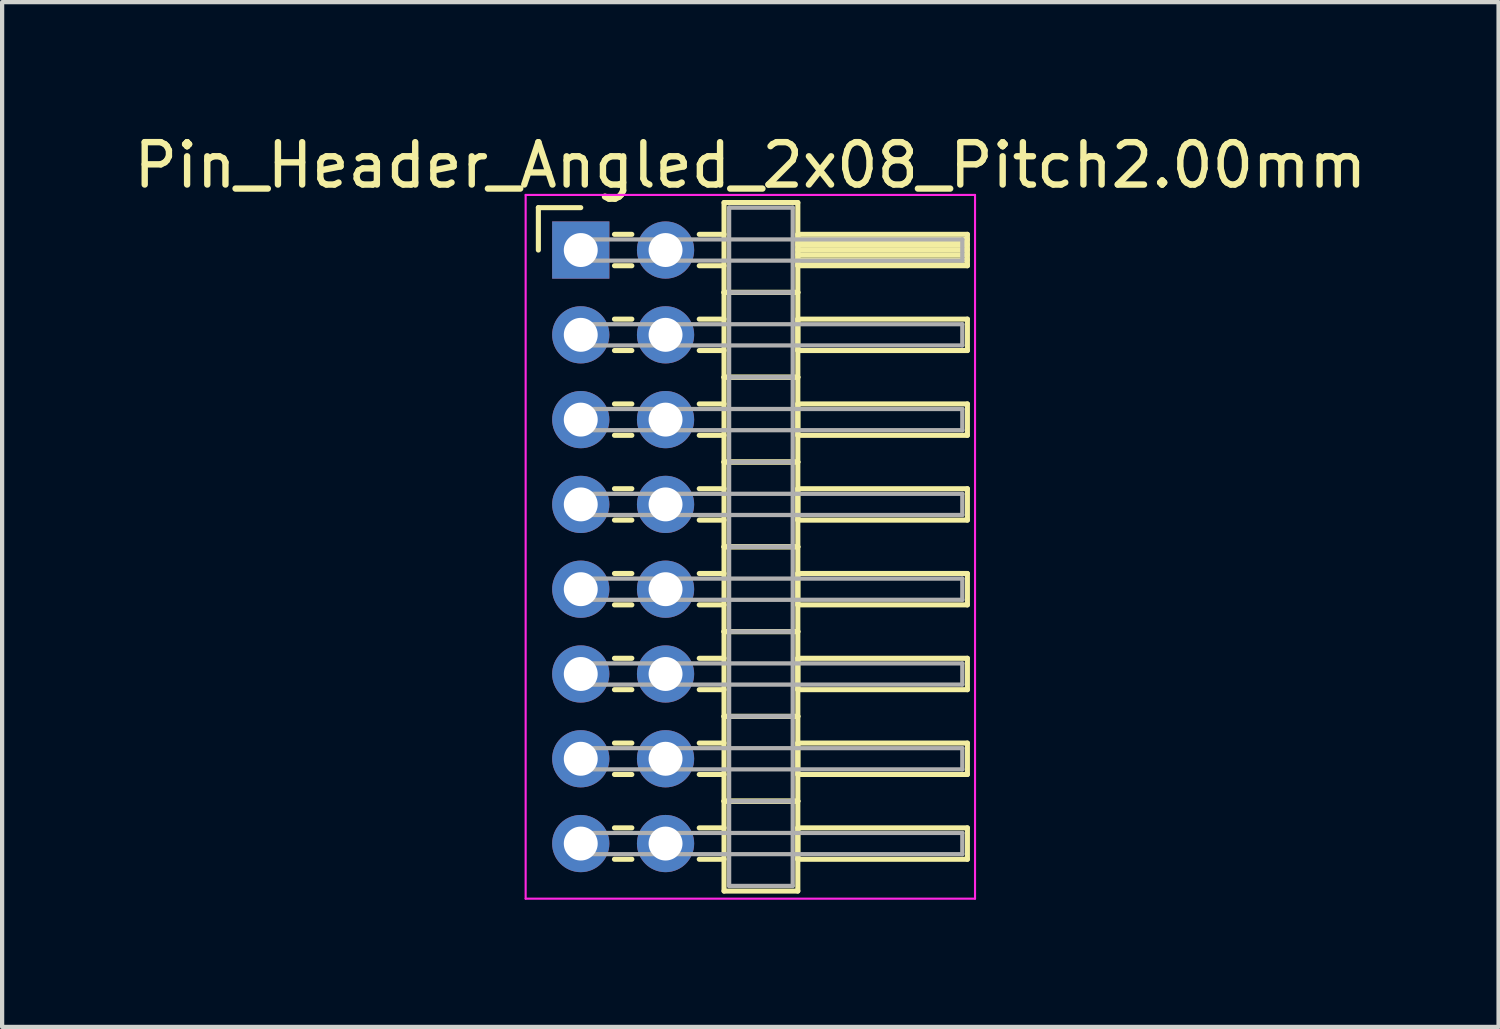
<source format=kicad_pcb>
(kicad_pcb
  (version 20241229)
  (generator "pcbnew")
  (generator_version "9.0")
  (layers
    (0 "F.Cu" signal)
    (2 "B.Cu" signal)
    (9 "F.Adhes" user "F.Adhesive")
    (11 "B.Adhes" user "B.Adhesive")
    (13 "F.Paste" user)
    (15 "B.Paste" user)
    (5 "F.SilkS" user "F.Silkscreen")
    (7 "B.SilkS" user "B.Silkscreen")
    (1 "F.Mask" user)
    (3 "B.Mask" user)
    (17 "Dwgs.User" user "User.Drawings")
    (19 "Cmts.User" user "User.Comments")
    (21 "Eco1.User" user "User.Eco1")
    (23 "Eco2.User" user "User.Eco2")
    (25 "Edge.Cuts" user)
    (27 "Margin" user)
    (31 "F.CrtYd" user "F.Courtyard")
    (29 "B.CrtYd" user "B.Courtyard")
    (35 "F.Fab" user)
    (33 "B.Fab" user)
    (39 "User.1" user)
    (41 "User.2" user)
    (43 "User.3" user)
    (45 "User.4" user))
  (footprint "Pin_Header_Angled_2x08_Pitch2.00mm"
    (layer "F.Cu")
    (at 10.649 2.848)
    (property "Reference" "Pin_Header_Angled_2x08_Pitch2.00mm" (at 4 -2 0) (layer "F.SilkS") (effects (font (size 1 1) (thickness 0.15))))
    (attr through_hole)
    (fp_line (start -1 -1) (end 0 -1) (stroke (width 0.12) (type solid)) (layer "F.SilkS"))
    (fp_line (start -1 0) (end -1 -1) (stroke (width 0.12) (type solid)) (layer "F.SilkS"))
    (fp_line (start 0.795 -0.37) (end 1.205 -0.37) (stroke (width 0.12) (type solid)) (layer "F.SilkS"))
    (fp_line (start 0.795 0.37) (end 1.205 0.37) (stroke (width 0.12) (type solid)) (layer "F.SilkS"))
    (fp_line (start 0.795 1.63) (end 1.205 1.63) (stroke (width 0.12) (type solid)) (layer "F.SilkS"))
    (fp_line (start 0.795 2.37) (end 1.205 2.37) (stroke (width 0.12) (type solid)) (layer "F.SilkS"))
    (fp_line (start 0.795 3.63) (end 1.205 3.63) (stroke (width 0.12) (type solid)) (layer "F.SilkS"))
    (fp_line (start 0.795 4.37) (end 1.205 4.37) (stroke (width 0.12) (type solid)) (layer "F.SilkS"))
    (fp_line (start 0.795 5.63) (end 1.205 5.63) (stroke (width 0.12) (type solid)) (layer "F.SilkS"))
    (fp_line (start 0.795 6.37) (end 1.205 6.37) (stroke (width 0.12) (type solid)) (layer "F.SilkS"))
    (fp_line (start 0.795 7.63) (end 1.205 7.63) (stroke (width 0.12) (type solid)) (layer "F.SilkS"))
    (fp_line (start 0.795 8.37) (end 1.205 8.37) (stroke (width 0.12) (type solid)) (layer "F.SilkS"))
    (fp_line (start 0.795 9.63) (end 1.205 9.63) (stroke (width 0.12) (type solid)) (layer "F.SilkS"))
    (fp_line (start 0.795 10.37) (end 1.205 10.37) (stroke (width 0.12) (type solid)) (layer "F.SilkS"))
    (fp_line (start 0.795 11.63) (end 1.205 11.63) (stroke (width 0.12) (type solid)) (layer "F.SilkS"))
    (fp_line (start 0.795 12.37) (end 1.205 12.37) (stroke (width 0.12) (type solid)) (layer "F.SilkS"))
    (fp_line (start 0.795 13.63) (end 1.205 13.63) (stroke (width 0.12) (type solid)) (layer "F.SilkS"))
    (fp_line (start 0.795 14.37) (end 1.205 14.37) (stroke (width 0.12) (type solid)) (layer "F.SilkS"))
    (fp_line (start 2.795 -0.37) (end 3.38 -0.37) (stroke (width 0.12) (type solid)) (layer "F.SilkS"))
    (fp_line (start 2.795 0.37) (end 3.38 0.37) (stroke (width 0.12) (type solid)) (layer "F.SilkS"))
    (fp_line (start 2.795 1.63) (end 3.38 1.63) (stroke (width 0.12) (type solid)) (layer "F.SilkS"))
    (fp_line (start 2.795 2.37) (end 3.38 2.37) (stroke (width 0.12) (type solid)) (layer "F.SilkS"))
    (fp_line (start 2.795 3.63) (end 3.38 3.63) (stroke (width 0.12) (type solid)) (layer "F.SilkS"))
    (fp_line (start 2.795 4.37) (end 3.38 4.37) (stroke (width 0.12) (type solid)) (layer "F.SilkS"))
    (fp_line (start 2.795 5.63) (end 3.38 5.63) (stroke (width 0.12) (type solid)) (layer "F.SilkS"))
    (fp_line (start 2.795 6.37) (end 3.38 6.37) (stroke (width 0.12) (type solid)) (layer "F.SilkS"))
    (fp_line (start 2.795 7.63) (end 3.38 7.63) (stroke (width 0.12) (type solid)) (layer "F.SilkS"))
    (fp_line (start 2.795 8.37) (end 3.38 8.37) (stroke (width 0.12) (type solid)) (layer "F.SilkS"))
    (fp_line (start 2.795 9.63) (end 3.38 9.63) (stroke (width 0.12) (type solid)) (layer "F.SilkS"))
    (fp_line (start 2.795 10.37) (end 3.38 10.37) (stroke (width 0.12) (type solid)) (layer "F.SilkS"))
    (fp_line (start 2.795 11.63) (end 3.38 11.63) (stroke (width 0.12) (type solid)) (layer "F.SilkS"))
    (fp_line (start 2.795 12.37) (end 3.38 12.37) (stroke (width 0.12) (type solid)) (layer "F.SilkS"))
    (fp_line (start 2.795 13.63) (end 3.38 13.63) (stroke (width 0.12) (type solid)) (layer "F.SilkS"))
    (fp_line (start 2.795 14.37) (end 3.38 14.37) (stroke (width 0.12) (type solid)) (layer "F.SilkS"))
    (fp_line (start 3.38 -1.12) (end 3.38 1) (stroke (width 0.12) (type solid)) (layer "F.SilkS"))
    (fp_line (start 3.38 1) (end 3.38 3) (stroke (width 0.12) (type solid)) (layer "F.SilkS"))
    (fp_line (start 3.38 1) (end 5.12 1) (stroke (width 0.12) (type solid)) (layer "F.SilkS"))
    (fp_line (start 3.38 3) (end 3.38 5) (stroke (width 0.12) (type solid)) (layer "F.SilkS"))
    (fp_line (start 3.38 3) (end 5.12 3) (stroke (width 0.12) (type solid)) (layer "F.SilkS"))
    (fp_line (start 3.38 5) (end 3.38 7) (stroke (width 0.12) (type solid)) (layer "F.SilkS"))
    (fp_line (start 3.38 5) (end 5.12 5) (stroke (width 0.12) (type solid)) (layer "F.SilkS"))
    (fp_line (start 3.38 7) (end 3.38 9) (stroke (width 0.12) (type solid)) (layer "F.SilkS"))
    (fp_line (start 3.38 7) (end 5.12 7) (stroke (width 0.12) (type solid)) (layer "F.SilkS"))
    (fp_line (start 3.38 9) (end 3.38 11) (stroke (width 0.12) (type solid)) (layer "F.SilkS"))
    (fp_line (start 3.38 9) (end 5.12 9) (stroke (width 0.12) (type solid)) (layer "F.SilkS"))
    (fp_line (start 3.38 11) (end 3.38 13) (stroke (width 0.12) (type solid)) (layer "F.SilkS"))
    (fp_line (start 3.38 11) (end 5.12 11) (stroke (width 0.12) (type solid)) (layer "F.SilkS"))
    (fp_line (start 3.38 13) (end 3.38 15.12) (stroke (width 0.12) (type solid)) (layer "F.SilkS"))
    (fp_line (start 3.38 13) (end 5.12 13) (stroke (width 0.12) (type solid)) (layer "F.SilkS"))
    (fp_line (start 3.38 15.12) (end 5.12 15.12) (stroke (width 0.12) (type solid)) (layer "F.SilkS"))
    (fp_line (start 5.12 -1.12) (end 3.38 -1.12) (stroke (width 0.12) (type solid)) (layer "F.SilkS"))
    (fp_line (start 5.12 -0.37) (end 5.12 0.37) (stroke (width 0.12) (type solid)) (layer "F.SilkS"))
    (fp_line (start 5.12 -0.25) (end 9.12 -0.25) (stroke (width 0.12) (type solid)) (layer "F.SilkS"))
    (fp_line (start 5.12 -0.13) (end 9.12 -0.13) (stroke (width 0.12) (type solid)) (layer "F.SilkS"))
    (fp_line (start 5.12 -0.01) (end 9.12 -0.01) (stroke (width 0.12) (type solid)) (layer "F.SilkS"))
    (fp_line (start 5.12 0.11) (end 9.12 0.11) (stroke (width 0.12) (type solid)) (layer "F.SilkS"))
    (fp_line (start 5.12 0.23) (end 9.12 0.23) (stroke (width 0.12) (type solid)) (layer "F.SilkS"))
    (fp_line (start 5.12 0.35) (end 9.12 0.35) (stroke (width 0.12) (type solid)) (layer "F.SilkS"))
    (fp_line (start 5.12 0.37) (end 9.12 0.37) (stroke (width 0.12) (type solid)) (layer "F.SilkS"))
    (fp_line (start 5.12 1) (end 3.38 1) (stroke (width 0.12) (type solid)) (layer "F.SilkS"))
    (fp_line (start 5.12 1) (end 5.12 -1.12) (stroke (width 0.12) (type solid)) (layer "F.SilkS"))
    (fp_line (start 5.12 1.63) (end 5.12 2.37) (stroke (width 0.12) (type solid)) (layer "F.SilkS"))
    (fp_line (start 5.12 2.37) (end 9.12 2.37) (stroke (width 0.12) (type solid)) (layer "F.SilkS"))
    (fp_line (start 5.12 3) (end 3.38 3) (stroke (width 0.12) (type solid)) (layer "F.SilkS"))
    (fp_line (start 5.12 3) (end 5.12 1) (stroke (width 0.12) (type solid)) (layer "F.SilkS"))
    (fp_line (start 5.12 3.63) (end 5.12 4.37) (stroke (width 0.12) (type solid)) (layer "F.SilkS"))
    (fp_line (start 5.12 4.37) (end 9.12 4.37) (stroke (width 0.12) (type solid)) (layer "F.SilkS"))
    (fp_line (start 5.12 5) (end 3.38 5) (stroke (width 0.12) (type solid)) (layer "F.SilkS"))
    (fp_line (start 5.12 5) (end 5.12 3) (stroke (width 0.12) (type solid)) (layer "F.SilkS"))
    (fp_line (start 5.12 5.63) (end 5.12 6.37) (stroke (width 0.12) (type solid)) (layer "F.SilkS"))
    (fp_line (start 5.12 6.37) (end 9.12 6.37) (stroke (width 0.12) (type solid)) (layer "F.SilkS"))
    (fp_line (start 5.12 7) (end 3.38 7) (stroke (width 0.12) (type solid)) (layer "F.SilkS"))
    (fp_line (start 5.12 7) (end 5.12 5) (stroke (width 0.12) (type solid)) (layer "F.SilkS"))
    (fp_line (start 5.12 7.63) (end 5.12 8.37) (stroke (width 0.12) (type solid)) (layer "F.SilkS"))
    (fp_line (start 5.12 8.37) (end 9.12 8.37) (stroke (width 0.12) (type solid)) (layer "F.SilkS"))
    (fp_line (start 5.12 9) (end 3.38 9) (stroke (width 0.12) (type solid)) (layer "F.SilkS"))
    (fp_line (start 5.12 9) (end 5.12 7) (stroke (width 0.12) (type solid)) (layer "F.SilkS"))
    (fp_line (start 5.12 9.63) (end 5.12 10.37) (stroke (width 0.12) (type solid)) (layer "F.SilkS"))
    (fp_line (start 5.12 10.37) (end 9.12 10.37) (stroke (width 0.12) (type solid)) (layer "F.SilkS"))
    (fp_line (start 5.12 11) (end 3.38 11) (stroke (width 0.12) (type solid)) (layer "F.SilkS"))
    (fp_line (start 5.12 11) (end 5.12 9) (stroke (width 0.12) (type solid)) (layer "F.SilkS"))
    (fp_line (start 5.12 11.63) (end 5.12 12.37) (stroke (width 0.12) (type solid)) (layer "F.SilkS"))
    (fp_line (start 5.12 12.37) (end 9.12 12.37) (stroke (width 0.12) (type solid)) (layer "F.SilkS"))
    (fp_line (start 5.12 13) (end 3.38 13) (stroke (width 0.12) (type solid)) (layer "F.SilkS"))
    (fp_line (start 5.12 13) (end 5.12 11) (stroke (width 0.12) (type solid)) (layer "F.SilkS"))
    (fp_line (start 5.12 13.63) (end 5.12 14.37) (stroke (width 0.12) (type solid)) (layer "F.SilkS"))
    (fp_line (start 5.12 14.37) (end 9.12 14.37) (stroke (width 0.12) (type solid)) (layer "F.SilkS"))
    (fp_line (start 5.12 15.12) (end 5.12 13) (stroke (width 0.12) (type solid)) (layer "F.SilkS"))
    (fp_line (start 9.12 -0.37) (end 5.12 -0.37) (stroke (width 0.12) (type solid)) (layer "F.SilkS"))
    (fp_line (start 9.12 0.37) (end 9.12 -0.37) (stroke (width 0.12) (type solid)) (layer "F.SilkS"))
    (fp_line (start 9.12 1.63) (end 5.12 1.63) (stroke (width 0.12) (type solid)) (layer "F.SilkS"))
    (fp_line (start 9.12 2.37) (end 9.12 1.63) (stroke (width 0.12) (type solid)) (layer "F.SilkS"))
    (fp_line (start 9.12 3.63) (end 5.12 3.63) (stroke (width 0.12) (type solid)) (layer "F.SilkS"))
    (fp_line (start 9.12 4.37) (end 9.12 3.63) (stroke (width 0.12) (type solid)) (layer "F.SilkS"))
    (fp_line (start 9.12 5.63) (end 5.12 5.63) (stroke (width 0.12) (type solid)) (layer "F.SilkS"))
    (fp_line (start 9.12 6.37) (end 9.12 5.63) (stroke (width 0.12) (type solid)) (layer "F.SilkS"))
    (fp_line (start 9.12 7.63) (end 5.12 7.63) (stroke (width 0.12) (type solid)) (layer "F.SilkS"))
    (fp_line (start 9.12 8.37) (end 9.12 7.63) (stroke (width 0.12) (type solid)) (layer "F.SilkS"))
    (fp_line (start 9.12 9.63) (end 5.12 9.63) (stroke (width 0.12) (type solid)) (layer "F.SilkS"))
    (fp_line (start 9.12 10.37) (end 9.12 9.63) (stroke (width 0.12) (type solid)) (layer "F.SilkS"))
    (fp_line (start 9.12 11.63) (end 5.12 11.63) (stroke (width 0.12) (type solid)) (layer "F.SilkS"))
    (fp_line (start 9.12 12.37) (end 9.12 11.63) (stroke (width 0.12) (type solid)) (layer "F.SilkS"))
    (fp_line (start 9.12 13.63) (end 5.12 13.63) (stroke (width 0.12) (type solid)) (layer "F.SilkS"))
    (fp_line (start 9.12 14.37) (end 9.12 13.63) (stroke (width 0.12) (type solid)) (layer "F.SilkS"))
    (fp_line (start -1.3 -1.3) (end -1.3 15.3) (stroke (width 0.05) (type solid)) (layer "F.CrtYd"))
    (fp_line (start -1.3 15.3) (end 9.3 15.3) (stroke (width 0.05) (type solid)) (layer "F.CrtYd"))
    (fp_line (start 9.3 -1.3) (end -1.3 -1.3) (stroke (width 0.05) (type solid)) (layer "F.CrtYd"))
    (fp_line (start 9.3 15.3) (end 9.3 -1.3) (stroke (width 0.05) (type solid)) (layer "F.CrtYd"))
    (fp_line (start 0 -0.25) (end 0 0.25) (stroke (width 0.1) (type solid)) (layer "F.Fab"))
    (fp_line (start 0 0.25) (end 9 0.25) (stroke (width 0.1) (type solid)) (layer "F.Fab"))
    (fp_line (start 0 1.75) (end 0 2.25) (stroke (width 0.1) (type solid)) (layer "F.Fab"))
    (fp_line (start 0 2.25) (end 9 2.25) (stroke (width 0.1) (type solid)) (layer "F.Fab"))
    (fp_line (start 0 3.75) (end 0 4.25) (stroke (width 0.1) (type solid)) (layer "F.Fab"))
    (fp_line (start 0 4.25) (end 9 4.25) (stroke (width 0.1) (type solid)) (layer "F.Fab"))
    (fp_line (start 0 5.75) (end 0 6.25) (stroke (width 0.1) (type solid)) (layer "F.Fab"))
    (fp_line (start 0 6.25) (end 9 6.25) (stroke (width 0.1) (type solid)) (layer "F.Fab"))
    (fp_line (start 0 7.75) (end 0 8.25) (stroke (width 0.1) (type solid)) (layer "F.Fab"))
    (fp_line (start 0 8.25) (end 9 8.25) (stroke (width 0.1) (type solid)) (layer "F.Fab"))
    (fp_line (start 0 9.75) (end 0 10.25) (stroke (width 0.1) (type solid)) (layer "F.Fab"))
    (fp_line (start 0 10.25) (end 9 10.25) (stroke (width 0.1) (type solid)) (layer "F.Fab"))
    (fp_line (start 0 11.75) (end 0 12.25) (stroke (width 0.1) (type solid)) (layer "F.Fab"))
    (fp_line (start 0 12.25) (end 9 12.25) (stroke (width 0.1) (type solid)) (layer "F.Fab"))
    (fp_line (start 0 13.75) (end 0 14.25) (stroke (width 0.1) (type solid)) (layer "F.Fab"))
    (fp_line (start 0 14.25) (end 9 14.25) (stroke (width 0.1) (type solid)) (layer "F.Fab"))
    (fp_line (start 3.5 -1) (end 3.5 1) (stroke (width 0.1) (type solid)) (layer "F.Fab"))
    (fp_line (start 3.5 1) (end 3.5 3) (stroke (width 0.1) (type solid)) (layer "F.Fab"))
    (fp_line (start 3.5 1) (end 5 1) (stroke (width 0.1) (type solid)) (layer "F.Fab"))
    (fp_line (start 3.5 3) (end 3.5 5) (stroke (width 0.1) (type solid)) (layer "F.Fab"))
    (fp_line (start 3.5 3) (end 5 3) (stroke (width 0.1) (type solid)) (layer "F.Fab"))
    (fp_line (start 3.5 5) (end 3.5 7) (stroke (width 0.1) (type solid)) (layer "F.Fab"))
    (fp_line (start 3.5 5) (end 5 5) (stroke (width 0.1) (type solid)) (layer "F.Fab"))
    (fp_line (start 3.5 7) (end 3.5 9) (stroke (width 0.1) (type solid)) (layer "F.Fab"))
    (fp_line (start 3.5 7) (end 5 7) (stroke (width 0.1) (type solid)) (layer "F.Fab"))
    (fp_line (start 3.5 9) (end 3.5 11) (stroke (width 0.1) (type solid)) (layer "F.Fab"))
    (fp_line (start 3.5 9) (end 5 9) (stroke (width 0.1) (type solid)) (layer "F.Fab"))
    (fp_line (start 3.5 11) (end 3.5 13) (stroke (width 0.1) (type solid)) (layer "F.Fab"))
    (fp_line (start 3.5 11) (end 5 11) (stroke (width 0.1) (type solid)) (layer "F.Fab"))
    (fp_line (start 3.5 13) (end 3.5 15) (stroke (width 0.1) (type solid)) (layer "F.Fab"))
    (fp_line (start 3.5 13) (end 5 13) (stroke (width 0.1) (type solid)) (layer "F.Fab"))
    (fp_line (start 3.5 15) (end 5 15) (stroke (width 0.1) (type solid)) (layer "F.Fab"))
    (fp_line (start 5 -1) (end 3.5 -1) (stroke (width 0.1) (type solid)) (layer "F.Fab"))
    (fp_line (start 5 1) (end 3.5 1) (stroke (width 0.1) (type solid)) (layer "F.Fab"))
    (fp_line (start 5 1) (end 5 -1) (stroke (width 0.1) (type solid)) (layer "F.Fab"))
    (fp_line (start 5 3) (end 3.5 3) (stroke (width 0.1) (type solid)) (layer "F.Fab"))
    (fp_line (start 5 3) (end 5 1) (stroke (width 0.1) (type solid)) (layer "F.Fab"))
    (fp_line (start 5 5) (end 3.5 5) (stroke (width 0.1) (type solid)) (layer "F.Fab"))
    (fp_line (start 5 5) (end 5 3) (stroke (width 0.1) (type solid)) (layer "F.Fab"))
    (fp_line (start 5 7) (end 3.5 7) (stroke (width 0.1) (type solid)) (layer "F.Fab"))
    (fp_line (start 5 7) (end 5 5) (stroke (width 0.1) (type solid)) (layer "F.Fab"))
    (fp_line (start 5 9) (end 3.5 9) (stroke (width 0.1) (type solid)) (layer "F.Fab"))
    (fp_line (start 5 9) (end 5 7) (stroke (width 0.1) (type solid)) (layer "F.Fab"))
    (fp_line (start 5 11) (end 3.5 11) (stroke (width 0.1) (type solid)) (layer "F.Fab"))
    (fp_line (start 5 11) (end 5 9) (stroke (width 0.1) (type solid)) (layer "F.Fab"))
    (fp_line (start 5 13) (end 3.5 13) (stroke (width 0.1) (type solid)) (layer "F.Fab"))
    (fp_line (start 5 13) (end 5 11) (stroke (width 0.1) (type solid)) (layer "F.Fab"))
    (fp_line (start 5 15) (end 5 13) (stroke (width 0.1) (type solid)) (layer "F.Fab"))
    (fp_line (start 9 -0.25) (end 0 -0.25) (stroke (width 0.1) (type solid)) (layer "F.Fab"))
    (fp_line (start 9 0.25) (end 9 -0.25) (stroke (width 0.1) (type solid)) (layer "F.Fab"))
    (fp_line (start 9 1.75) (end 0 1.75) (stroke (width 0.1) (type solid)) (layer "F.Fab"))
    (fp_line (start 9 2.25) (end 9 1.75) (stroke (width 0.1) (type solid)) (layer "F.Fab"))
    (fp_line (start 9 3.75) (end 0 3.75) (stroke (width 0.1) (type solid)) (layer "F.Fab"))
    (fp_line (start 9 4.25) (end 9 3.75) (stroke (width 0.1) (type solid)) (layer "F.Fab"))
    (fp_line (start 9 5.75) (end 0 5.75) (stroke (width 0.1) (type solid)) (layer "F.Fab"))
    (fp_line (start 9 6.25) (end 9 5.75) (stroke (width 0.1) (type solid)) (layer "F.Fab"))
    (fp_line (start 9 7.75) (end 0 7.75) (stroke (width 0.1) (type solid)) (layer "F.Fab"))
    (fp_line (start 9 8.25) (end 9 7.75) (stroke (width 0.1) (type solid)) (layer "F.Fab"))
    (fp_line (start 9 9.75) (end 0 9.75) (stroke (width 0.1) (type solid)) (layer "F.Fab"))
    (fp_line (start 9 10.25) (end 9 9.75) (stroke (width 0.1) (type solid)) (layer "F.Fab"))
    (fp_line (start 9 11.75) (end 0 11.75) (stroke (width 0.1) (type solid)) (layer "F.Fab"))
    (fp_line (start 9 12.25) (end 9 11.75) (stroke (width 0.1) (type solid)) (layer "F.Fab"))
    (fp_line (start 9 13.75) (end 0 13.75) (stroke (width 0.1) (type solid)) (layer "F.Fab"))
    (fp_line (start 9 14.25) (end 9 13.75) (stroke (width 0.1) (type solid)) (layer "F.Fab"))
    (pad "1" thru_hole rect (at 0 0) (size 1.35 1.35) (drill 0.8) (layers "*.Cu" "*.Mask"))
    (pad "2" thru_hole oval (at 2 0) (size 1.35 1.35) (drill 0.8) (layers "*.Cu" "*.Mask"))
    (pad "3" thru_hole oval (at 0 2) (size 1.35 1.35) (drill 0.8) (layers "*.Cu" "*.Mask"))
    (pad "4" thru_hole oval (at 2 2) (size 1.35 1.35) (drill 0.8) (layers "*.Cu" "*.Mask"))
    (pad "5" thru_hole oval (at 0 4) (size 1.35 1.35) (drill 0.8) (layers "*.Cu" "*.Mask"))
    (pad "6" thru_hole oval (at 2 4) (size 1.35 1.35) (drill 0.8) (layers "*.Cu" "*.Mask"))
    (pad "7" thru_hole oval (at 0 6) (size 1.35 1.35) (drill 0.8) (layers "*.Cu" "*.Mask"))
    (pad "8" thru_hole oval (at 2 6) (size 1.35 1.35) (drill 0.8) (layers "*.Cu" "*.Mask"))
    (pad "9" thru_hole oval (at 0 8) (size 1.35 1.35) (drill 0.8) (layers "*.Cu" "*.Mask"))
    (pad "10" thru_hole oval (at 2 8) (size 1.35 1.35) (drill 0.8) (layers "*.Cu" "*.Mask"))
    (pad "11" thru_hole oval (at 0 10) (size 1.35 1.35) (drill 0.8) (layers "*.Cu" "*.Mask"))
    (pad "12" thru_hole oval (at 2 10) (size 1.35 1.35) (drill 0.8) (layers "*.Cu" "*.Mask"))
    (pad "13" thru_hole oval (at 0 12) (size 1.35 1.35) (drill 0.8) (layers "*.Cu" "*.Mask"))
    (pad "14" thru_hole oval (at 2 12) (size 1.35 1.35) (drill 0.8) (layers "*.Cu" "*.Mask"))
    (pad "15" thru_hole oval (at 0 14) (size 1.35 1.35) (drill 0.8) (layers "*.Cu" "*.Mask"))
    (pad "16" thru_hole oval (at 2 14) (size 1.35 1.35) (drill 0.8) (layers "*.Cu" "*.Mask")))
  (gr_rect
    (start -3 -3)
    (end 32.298 21.173)
    (stroke (width 0.1) (type default))
    (fill no)
    (layer "Edge.Cuts")))
</source>
